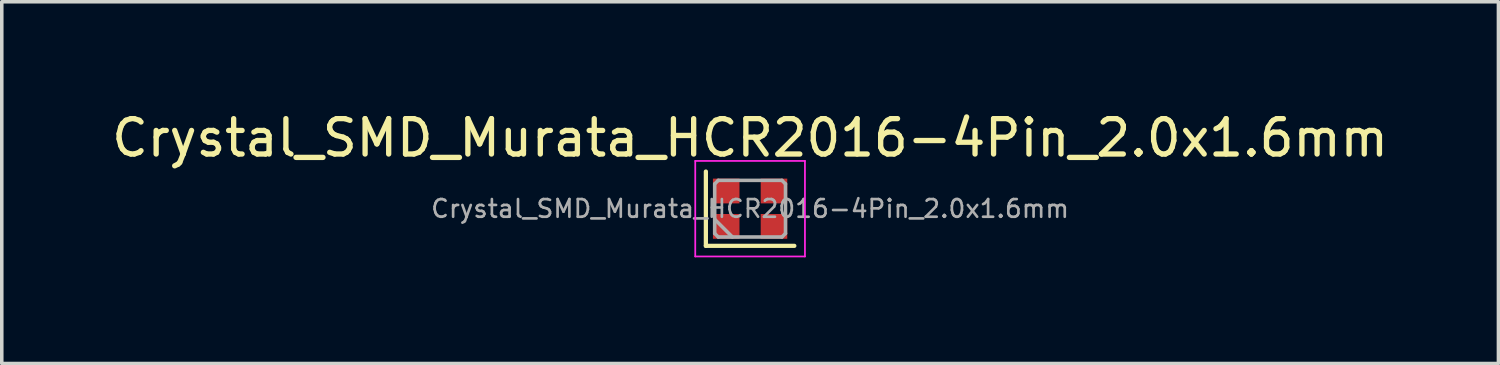
<source format=kicad_pcb>
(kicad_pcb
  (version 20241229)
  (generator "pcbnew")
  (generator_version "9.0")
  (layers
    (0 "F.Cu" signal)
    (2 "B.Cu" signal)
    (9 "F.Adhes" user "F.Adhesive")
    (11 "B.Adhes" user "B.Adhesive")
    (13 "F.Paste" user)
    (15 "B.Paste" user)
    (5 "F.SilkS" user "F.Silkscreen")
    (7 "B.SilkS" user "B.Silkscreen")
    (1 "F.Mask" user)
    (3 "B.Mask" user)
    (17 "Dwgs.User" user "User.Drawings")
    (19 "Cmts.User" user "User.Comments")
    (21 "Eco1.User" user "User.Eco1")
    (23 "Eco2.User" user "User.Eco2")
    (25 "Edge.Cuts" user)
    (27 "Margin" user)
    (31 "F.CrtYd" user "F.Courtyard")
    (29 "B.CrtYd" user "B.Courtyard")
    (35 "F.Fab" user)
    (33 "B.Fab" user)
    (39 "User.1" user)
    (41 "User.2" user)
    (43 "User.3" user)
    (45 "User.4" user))
  (footprint "Crystal_SMD_Murata_HCR2016-4Pin_2.0x1.6mm"
    (layer "F.Cu")
    (at 18.149 2.848)
    (property "Reference" "Crystal_SMD_Murata_HCR2016-4Pin_2.0x1.6mm" (at 0 -2 0) (layer "F.SilkS") (effects (font (size 1 1) (thickness 0.15))))
    (attr smd)
    (fp_line (start -1.25 -1.05) (end -1.25 1.05) (stroke (width 0.12) (type solid)) (layer "F.SilkS"))
    (fp_line (start -1.25 1.05) (end 1.25 1.05) (stroke (width 0.12) (type solid)) (layer "F.SilkS"))
    (fp_line (start -1.55 -1.35) (end -1.55 1.35) (stroke (width 0.05) (type solid)) (layer "F.CrtYd"))
    (fp_line (start -1.55 1.35) (end 1.55 1.35) (stroke (width 0.05) (type solid)) (layer "F.CrtYd"))
    (fp_line (start 1.55 -1.35) (end -1.55 -1.35) (stroke (width 0.05) (type solid)) (layer "F.CrtYd"))
    (fp_line (start 1.55 1.35) (end 1.55 -1.35) (stroke (width 0.05) (type solid)) (layer "F.CrtYd"))
    (fp_line (start -1 -0.7) (end -0.9 -0.8) (stroke (width 0.1) (type solid)) (layer "F.Fab"))
    (fp_line (start -1 0.3) (end -0.5 0.8) (stroke (width 0.1) (type solid)) (layer "F.Fab"))
    (fp_line (start -1 0.7) (end -1 -0.7) (stroke (width 0.1) (type solid)) (layer "F.Fab"))
    (fp_line (start -0.9 -0.8) (end 0.9 -0.8) (stroke (width 0.1) (type solid)) (layer "F.Fab"))
    (fp_line (start -0.9 0.8) (end -1 0.7) (stroke (width 0.1) (type solid)) (layer "F.Fab"))
    (fp_line (start 0.9 -0.8) (end 1 -0.7) (stroke (width 0.1) (type solid)) (layer "F.Fab"))
    (fp_line (start 0.9 0.8) (end -0.9 0.8) (stroke (width 0.1) (type solid)) (layer "F.Fab"))
    (fp_line (start 1 -0.7) (end 1 0.7) (stroke (width 0.1) (type solid)) (layer "F.Fab"))
    (fp_line (start 1 0.7) (end 0.9 0.8) (stroke (width 0.1) (type solid)) (layer "F.Fab"))
    (fp_text user "${REFERENCE}" (at 0 0 0) (layer "F.Fab") (effects (font (size 0.5 0.5) (thickness 0.075))))
    (pad "1" smd rect (at -0.675 0.5) (size 0.75 0.7) (layers "F.Cu" "F.Mask" "F.Paste"))
    (pad "2" smd rect (at 0.675 0.5) (size 0.75 0.7) (layers "F.Cu" "F.Mask" "F.Paste"))
    (pad "3" smd rect (at 0.675 -0.5) (size 0.75 0.7) (layers "F.Cu" "F.Mask" "F.Paste"))
    (pad "4" smd rect (at -0.675 -0.5) (size 0.75 0.7) (layers "F.Cu" "F.Mask" "F.Paste")))
  (gr_rect
    (start -3 -3)
    (end 39.298 7.223)
    (stroke (width 0.1) (type default))
    (fill no)
    (layer "Edge.Cuts")))
</source>
